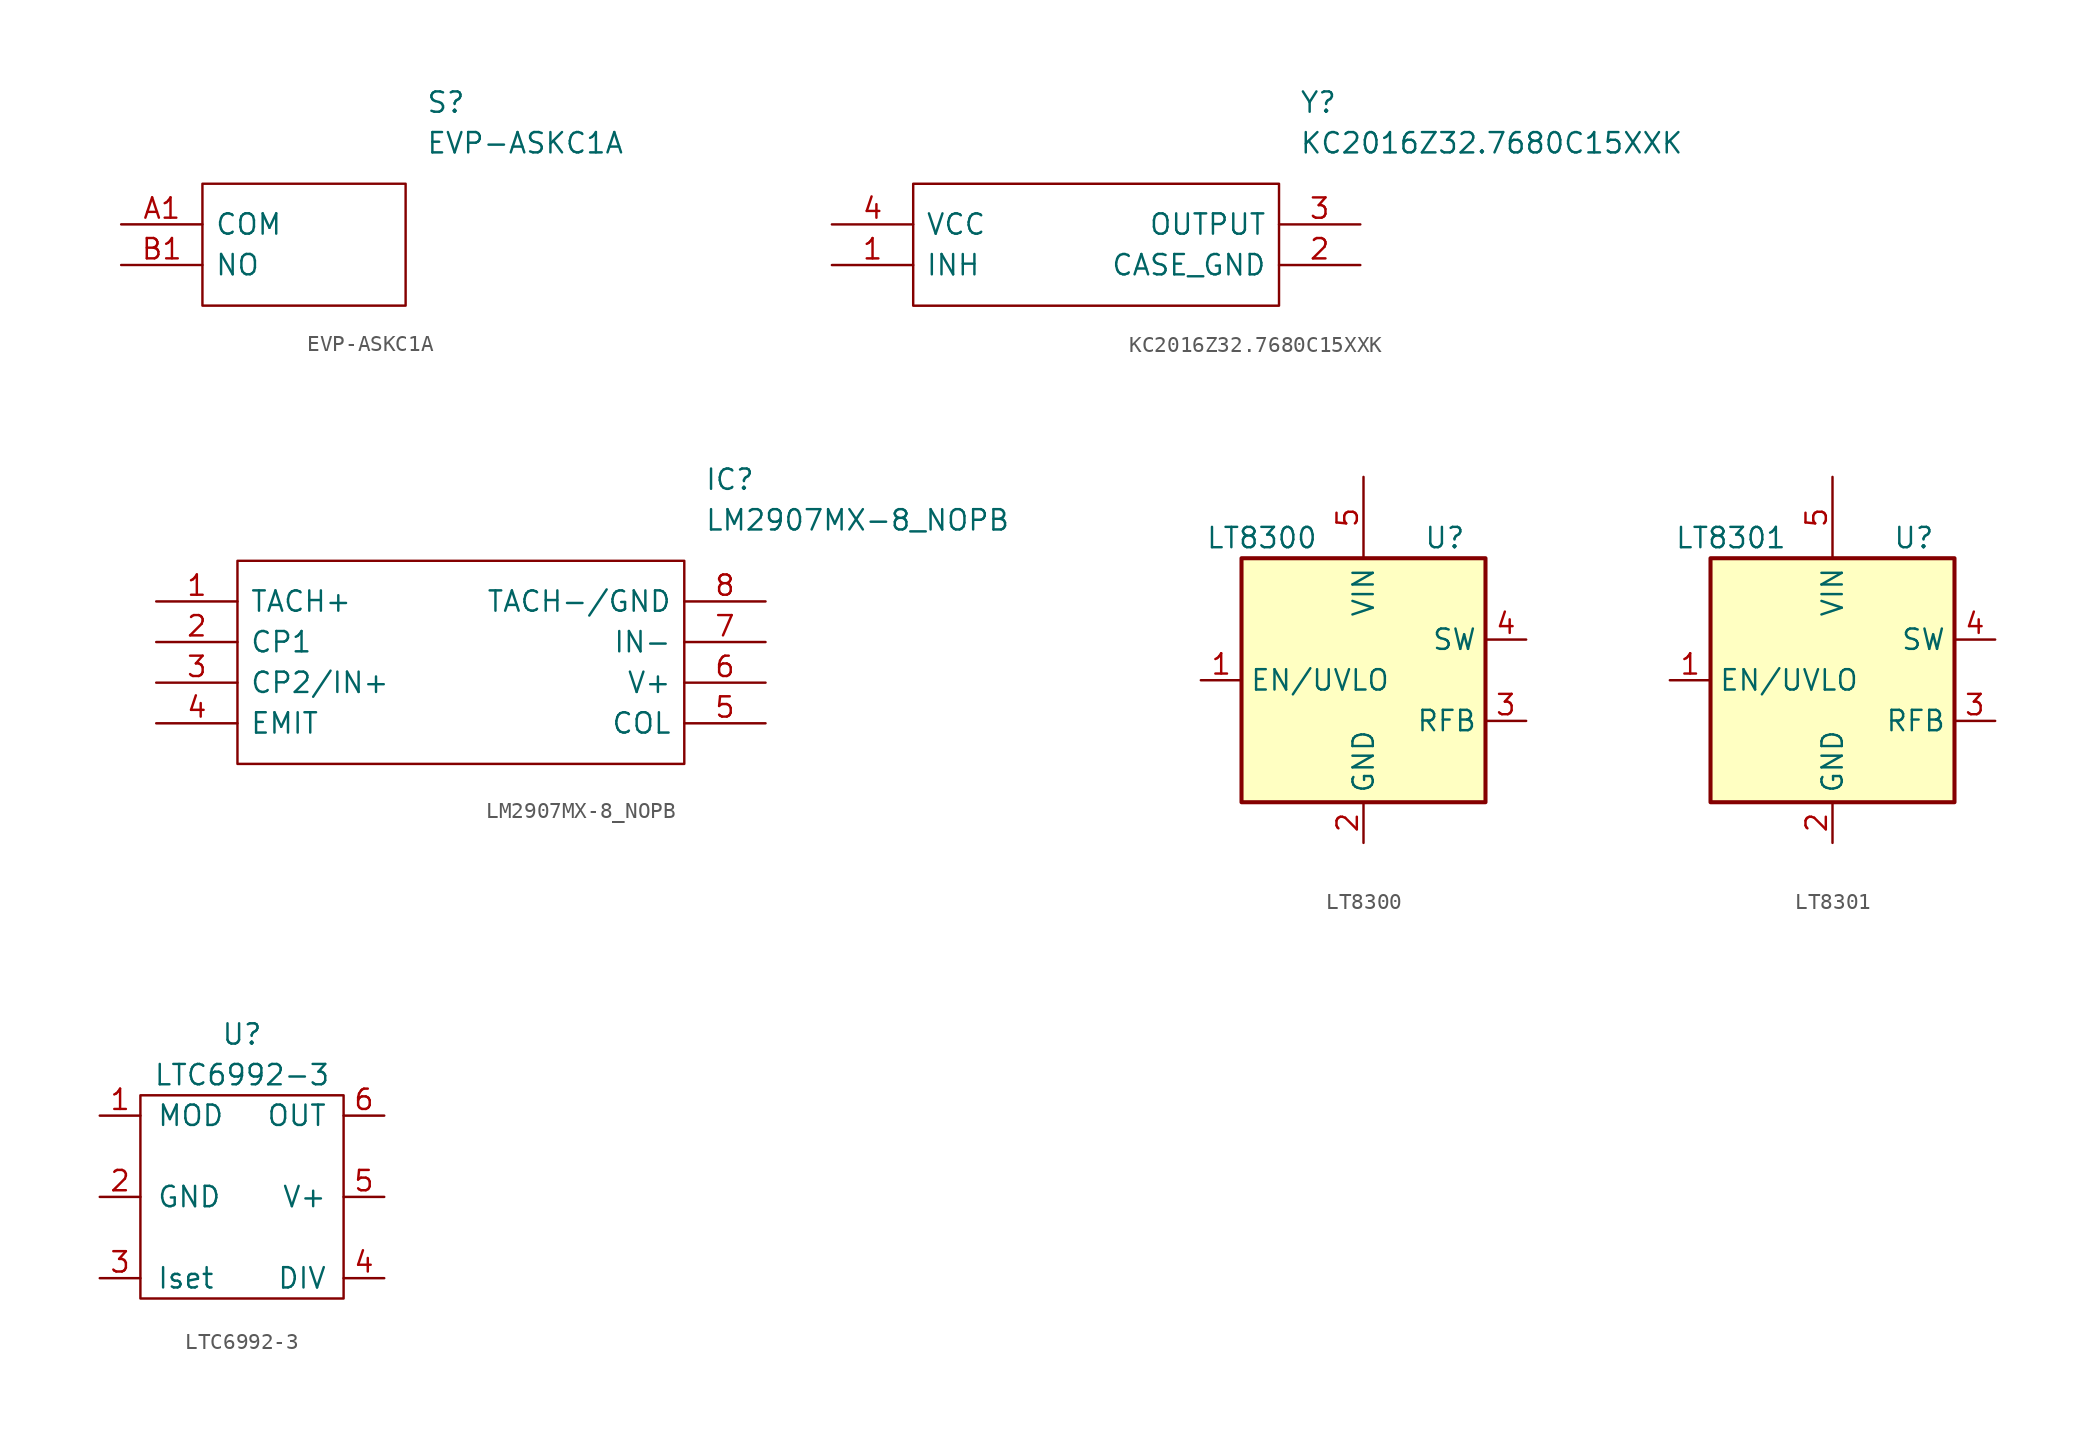
<source format=kicad_sym>
(kicad_symbol_lib
  (version 20231120)
  (generator "kicad_symbol_editor")
  (generator_version "8.0")
  (symbol "EVP-ASKC1A"
    (pin_names
      (offset 0.762))
    (property "Reference" "S"
      (at 19.05 7.62 0)
      (effects (font (size 1.27 1.27)) (justify left)))
    (property "Value" "EVP-ASKC1A"
      (at 19.05 5.08 0)
      (effects (font (size 1.27 1.27)) (justify left)))
    (symbol "EVP-ASKC1A_0_0"
      (pin passive line (at 0 0 0) (length 5.08) (name "COM" (effects (font (size 1.27 1.27)))) (number "A1" (effects (font (size 1.27 1.27)))))
      (pin passive line (at 0 -2.54 0) (length 5.08) (name "NO" (effects (font (size 1.27 1.27)))) (number "B1" (effects (font (size 1.27 1.27))))))
    (symbol "EVP-ASKC1A_0_1"
      (polyline (pts (xy 5.08 2.54) (xy 17.78 2.54) (xy 17.78 -5.08) (xy 5.08 -5.08) (xy 5.08 2.54)) (stroke (width 0.152) (type solid)) (fill (type none)))))
  (symbol "KC2016Z32.7680C15XXK"
    (pin_names
      (offset 0.762))
    (property "Reference" "Y"
      (at 29.21 7.62 0)
      (effects (font (size 1.27 1.27)) (justify left)))
    (property "Value" "KC2016Z32.7680C15XXK"
      (at 29.21 5.08 0)
      (effects (font (size 1.27 1.27)) (justify left)))
    (symbol "KC2016Z32.7680C15XXK_0_0"
      (pin passive line (at 0 -2.54 0) (length 5.08) (name "INH" (effects (font (size 1.27 1.27)))) (number "1" (effects (font (size 1.27 1.27)))))
      (pin passive line (at 33.02 -2.54 180) (length 5.08) (name "CASE_GND" (effects (font (size 1.27 1.27)))) (number "2" (effects (font (size 1.27 1.27)))))
      (pin passive line (at 33.02 0 180) (length 5.08) (name "OUTPUT" (effects (font (size 1.27 1.27)))) (number "3" (effects (font (size 1.27 1.27)))))
      (pin passive line (at 0 0 0) (length 5.08) (name "VCC" (effects (font (size 1.27 1.27)))) (number "4" (effects (font (size 1.27 1.27))))))
    (symbol "KC2016Z32.7680C15XXK_0_1"
      (polyline (pts (xy 5.08 2.54) (xy 27.94 2.54) (xy 27.94 -5.08) (xy 5.08 -5.08) (xy 5.08 2.54)) (stroke (width 0.152) (type solid)) (fill (type none)))))
  (symbol "LM2907MX-8_NOPB"
    (pin_names
      (offset 0.762))
    (property "Reference" "IC"
      (at 34.29 7.62 0)
      (effects (font (size 1.27 1.27)) (justify left)))
    (property "Value" "LM2907MX-8_NOPB"
      (at 34.29 5.08 0)
      (effects (font (size 1.27 1.27)) (justify left)))
    (symbol "LM2907MX-8_NOPB_0_0"
      (pin passive line (at 0 0 0) (length 5.08) (name "TACH+" (effects (font (size 1.27 1.27)))) (number "1" (effects (font (size 1.27 1.27)))))
      (pin passive line (at 0 -2.54 0) (length 5.08) (name "CP1" (effects (font (size 1.27 1.27)))) (number "2" (effects (font (size 1.27 1.27)))))
      (pin passive line (at 0 -5.08 0) (length 5.08) (name "CP2/IN+" (effects (font (size 1.27 1.27)))) (number "3" (effects (font (size 1.27 1.27)))))
      (pin passive line (at 0 -7.62 0) (length 5.08) (name "EMIT" (effects (font (size 1.27 1.27)))) (number "4" (effects (font (size 1.27 1.27)))))
      (pin passive line (at 38.1 -7.62 180) (length 5.08) (name "COL" (effects (font (size 1.27 1.27)))) (number "5" (effects (font (size 1.27 1.27)))))
      (pin passive line (at 38.1 -5.08 180) (length 5.08) (name "V+" (effects (font (size 1.27 1.27)))) (number "6" (effects (font (size 1.27 1.27)))))
      (pin passive line (at 38.1 -2.54 180) (length 5.08) (name "IN-" (effects (font (size 1.27 1.27)))) (number "7" (effects (font (size 1.27 1.27)))))
      (pin passive line (at 38.1 0 180) (length 5.08) (name "TACH-/GND" (effects (font (size 1.27 1.27)))) (number "8" (effects (font (size 1.27 1.27))))))
    (symbol "LM2907MX-8_NOPB_0_1"
      (polyline (pts (xy 5.08 2.54) (xy 33.02 2.54) (xy 33.02 -10.16) (xy 5.08 -10.16) (xy 5.08 2.54)) (stroke (width 0.152) (type solid)) (fill (type none)))))
  (symbol "LT8300"
    (property "Reference" "U"
      (at 5.08 8.89 0)
      (effects (font (size 1.27 1.27))))
    (property "Value" "LT8300"
      (at -6.35 8.89 0)
      (effects (font (size 1.27 1.27))))
    (symbol "LT8300_0_1"
      (rectangle (start 7.62 7.62) (end -7.62 -7.62) (stroke (width 0.254) (type solid)) (fill (type background))))
    (symbol "LT8300_1_1"
      (pin input line (at -10.16 0 0) (length 2.54) (name "EN/UVLO" (effects (font (size 1.27 1.27)))) (number "1" (effects (font (size 1.27 1.27)))))
      (pin power_in line (at 0 -10.16 90) (length 2.54) (name "GND" (effects (font (size 1.27 1.27)))) (number "2" (effects (font (size 1.27 1.27)))))
      (pin input line (at 10.16 -2.54 180) (length 2.54) (name "RFB" (effects (font (size 1.27 1.27)))) (number "3" (effects (font (size 1.27 1.27)))))
      (pin open_collector line (at 10.16 2.54 180) (length 2.54) (name "SW" (effects (font (size 1.27 1.27)))) (number "4" (effects (font (size 1.27 1.27)))))
      (pin power_in line (at 0 12.7 270) (length 5.08) (name "VIN" (effects (font (size 1.27 1.27)))) (number "5" (effects (font (size 1.27 1.27)))))))
  (symbol "LT8301"
    (property "Reference" "U"
      (at 5.08 8.89 0)
      (effects (font (size 1.27 1.27))))
    (property "Value" "LT8301"
      (at -6.35 8.89 0)
      (effects (font (size 1.27 1.27))))
    (symbol "LT8301_0_1"
      (rectangle (start 7.62 7.62) (end -7.62 -7.62) (stroke (width 0.254) (type solid)) (fill (type background))))
    (symbol "LT8301_1_1"
      (pin input line (at -10.16 0 0) (length 2.54) (name "EN/UVLO" (effects (font (size 1.27 1.27)))) (number "1" (effects (font (size 1.27 1.27)))))
      (pin power_in line (at 0 -10.16 90) (length 2.54) (name "GND" (effects (font (size 1.27 1.27)))) (number "2" (effects (font (size 1.27 1.27)))))
      (pin input line (at 10.16 -2.54 180) (length 2.54) (name "RFB" (effects (font (size 1.27 1.27)))) (number "3" (effects (font (size 1.27 1.27)))))
      (pin open_collector line (at 10.16 2.54 180) (length 2.54) (name "SW" (effects (font (size 1.27 1.27)))) (number "4" (effects (font (size 1.27 1.27)))))
      (pin power_in line (at 0 12.7 270) (length 5.08) (name "VIN" (effects (font (size 1.27 1.27)))) (number "5" (effects (font (size 1.27 1.27)))))))
  (symbol "LTC6992-3"
    (pin_names
      (offset 1.016))
    (property "Reference" "U"
      (at 0 2.54 0)
      (effects (font (size 1.27 1.27))))
    (property "Value" "LTC6992-3"
      (at 0 0 0)
      (effects (font (size 1.27 1.27))))
    (symbol "LTC6992-3_0_1"
      (rectangle (start -6.35 -1.27) (end 6.35 -13.97) (stroke (width 0) (type solid)) (fill (type none))))
    (symbol "LTC6992-3_1_1"
      (pin input line (at -8.89 -2.54 0) (length 2.54) (name "MOD" (effects (font (size 1.27 1.27)))) (number "1" (effects (font (size 1.27 1.27)))))
      (pin bidirectional line (at -8.89 -7.62 0) (length 2.54) (name "GND" (effects (font (size 1.27 1.27)))) (number "2" (effects (font (size 1.27 1.27)))))
      (pin input line (at -8.89 -12.7 0) (length 2.54) (name "Iset" (effects (font (size 1.27 1.27)))) (number "3" (effects (font (size 1.27 1.27)))))
      (pin input line (at 8.89 -12.7 180) (length 2.54) (name "DIV" (effects (font (size 1.27 1.27)))) (number "4" (effects (font (size 1.27 1.27)))))
      (pin input line (at 8.89 -7.62 180) (length 2.54) (name "V+" (effects (font (size 1.27 1.27)))) (number "5" (effects (font (size 1.27 1.27)))))
      (pin output line (at 8.89 -2.54 180) (length 2.54) (name "OUT" (effects (font (size 1.27 1.27)))) (number "6" (effects (font (size 1.27 1.27))))))))
</source>
